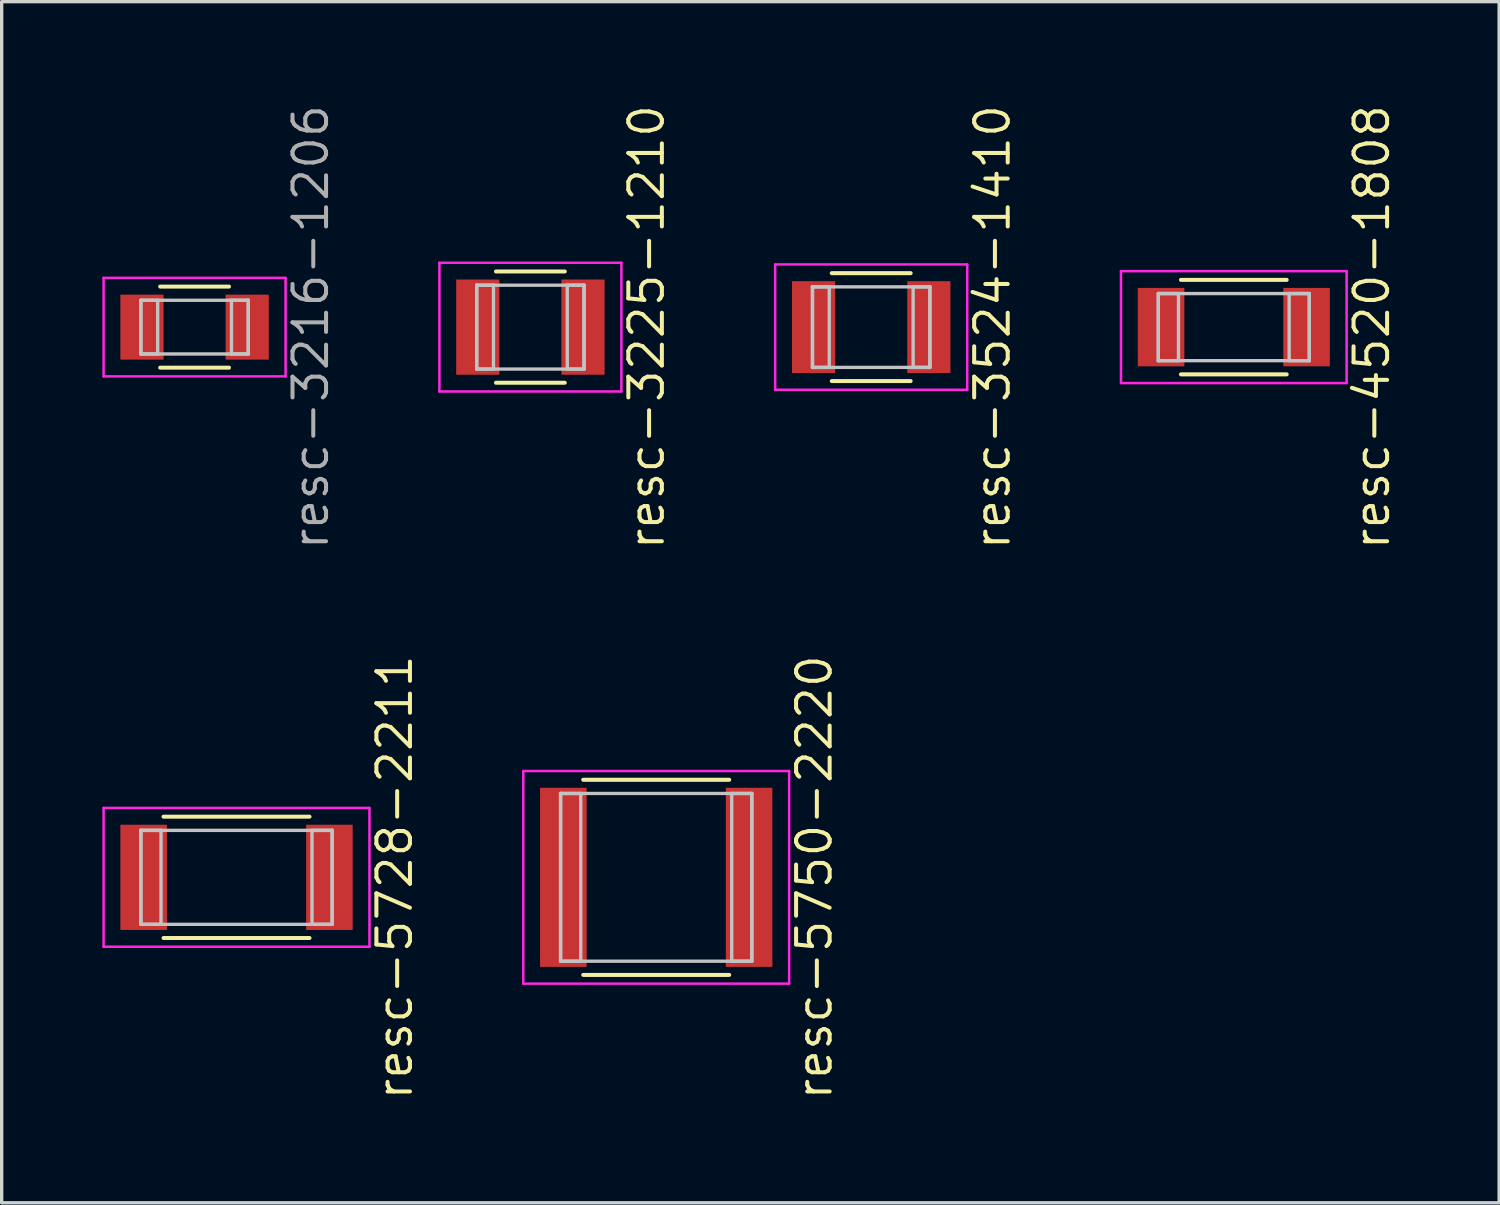
<source format=kicad_pcb>
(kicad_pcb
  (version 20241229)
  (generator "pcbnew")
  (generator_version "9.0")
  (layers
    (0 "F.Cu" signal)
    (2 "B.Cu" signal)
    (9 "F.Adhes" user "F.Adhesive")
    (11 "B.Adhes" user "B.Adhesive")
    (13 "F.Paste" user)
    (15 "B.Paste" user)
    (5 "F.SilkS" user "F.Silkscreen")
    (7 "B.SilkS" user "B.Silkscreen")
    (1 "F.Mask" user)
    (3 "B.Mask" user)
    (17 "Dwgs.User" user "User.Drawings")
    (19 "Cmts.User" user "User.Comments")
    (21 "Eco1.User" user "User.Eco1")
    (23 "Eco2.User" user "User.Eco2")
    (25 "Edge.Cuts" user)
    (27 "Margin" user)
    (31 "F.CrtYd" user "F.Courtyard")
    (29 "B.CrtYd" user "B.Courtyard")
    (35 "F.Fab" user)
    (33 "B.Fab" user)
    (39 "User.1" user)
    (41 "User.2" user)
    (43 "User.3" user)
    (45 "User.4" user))
  (footprint "resc-5750-2220"
    (layer "F.Cu")
    (at 16.507 23.097)
    (property "Reference" "resc-5750-2220" (at 4.712 0 90) (layer "F.SilkS") (effects (font (size 1 1) (thickness 0.12))))
    (attr through_hole)
    (fp_line (start -2.175 -2.908) (end 2.175 -2.908) (stroke (width 0.12) (type solid)) (layer "F.SilkS"))
    (fp_line (start -2.175 2.908) (end 2.175 2.908) (stroke (width 0.12) (type solid)) (layer "F.SilkS"))
    (fp_line (start -2.85 -2.5) (end -2.85 2.5) (stroke (width 0.1) (type solid)) (layer "Dwgs.User"))
    (fp_line (start -2.85 -2.5) (end -2.85 2.5) (stroke (width 0.1) (type solid)) (layer "Dwgs.User"))
    (fp_line (start -2.85 2.5) (end -2.25 2.5) (stroke (width 0.1) (type solid)) (layer "Dwgs.User"))
    (fp_line (start -2.85 2.5) (end 2.85 2.5) (stroke (width 0.1) (type solid)) (layer "Dwgs.User"))
    (fp_line (start -2.25 -2.5) (end -2.85 -2.5) (stroke (width 0.1) (type solid)) (layer "Dwgs.User"))
    (fp_line (start -2.25 2.5) (end -2.25 -2.5) (stroke (width 0.1) (type solid)) (layer "Dwgs.User"))
    (fp_line (start 2.25 -2.5) (end 2.25 2.5) (stroke (width 0.1) (type solid)) (layer "Dwgs.User"))
    (fp_line (start 2.25 2.5) (end 2.85 2.5) (stroke (width 0.1) (type solid)) (layer "Dwgs.User"))
    (fp_line (start 2.85 -2.5) (end -2.85 -2.5) (stroke (width 0.1) (type solid)) (layer "Dwgs.User"))
    (fp_line (start 2.85 -2.5) (end 2.25 -2.5) (stroke (width 0.1) (type solid)) (layer "Dwgs.User"))
    (fp_line (start 2.85 2.5) (end 2.85 -2.5) (stroke (width 0.1) (type solid)) (layer "Dwgs.User"))
    (fp_line (start 2.85 2.5) (end 2.85 -2.5) (stroke (width 0.1) (type solid)) (layer "Dwgs.User"))
    (fp_line (start -3.962 -3.168) (end -3.962 3.168) (stroke (width 0.075) (type solid)) (layer "F.CrtYd"))
    (fp_line (start -3.962 3.168) (end 3.962 3.168) (stroke (width 0.075) (type solid)) (layer "F.CrtYd"))
    (fp_line (start 3.962 -3.168) (end -3.962 -3.168) (stroke (width 0.075) (type solid)) (layer "F.CrtYd"))
    (fp_line (start 3.962 3.168) (end 3.962 -3.168) (stroke (width 0.075) (type solid)) (layer "F.CrtYd"))
    (pad "1" smd rect (at -2.768 0) (size 1.387 5.337) (layers "F.Cu" "F.Mask" "F.Paste"))
    (pad "2" smd rect (at 2.768 0) (size 1.387 5.337) (layers "F.Cu" "F.Mask" "F.Paste")))
  (footprint "resc-4520-1808"
    (layer "F.Cu")
    (at 33.721 6.699)
    (property "Reference" "resc-4520-1808" (at 4.112 0 90) (layer "F.SilkS") (effects (font (size 1 1) (thickness 0.12))))
    (attr through_hole)
    (fp_line (start -1.575 -1.408) (end 1.575 -1.408) (stroke (width 0.12) (type solid)) (layer "F.SilkS"))
    (fp_line (start -1.575 1.408) (end 1.575 1.408) (stroke (width 0.12) (type solid)) (layer "F.SilkS"))
    (fp_line (start -2.25 -1) (end -2.25 1) (stroke (width 0.1) (type solid)) (layer "Dwgs.User"))
    (fp_line (start -2.25 -1) (end -2.25 1) (stroke (width 0.1) (type solid)) (layer "Dwgs.User"))
    (fp_line (start -2.25 1) (end -1.65 1) (stroke (width 0.1) (type solid)) (layer "Dwgs.User"))
    (fp_line (start -2.25 1) (end 2.25 1) (stroke (width 0.1) (type solid)) (layer "Dwgs.User"))
    (fp_line (start -1.65 -1) (end -2.25 -1) (stroke (width 0.1) (type solid)) (layer "Dwgs.User"))
    (fp_line (start -1.65 1) (end -1.65 -1) (stroke (width 0.1) (type solid)) (layer "Dwgs.User"))
    (fp_line (start 1.65 -1) (end 1.65 1) (stroke (width 0.1) (type solid)) (layer "Dwgs.User"))
    (fp_line (start 1.65 1) (end 2.25 1) (stroke (width 0.1) (type solid)) (layer "Dwgs.User"))
    (fp_line (start 2.25 -1) (end -2.25 -1) (stroke (width 0.1) (type solid)) (layer "Dwgs.User"))
    (fp_line (start 2.25 -1) (end 1.65 -1) (stroke (width 0.1) (type solid)) (layer "Dwgs.User"))
    (fp_line (start 2.25 1) (end 2.25 -1) (stroke (width 0.1) (type solid)) (layer "Dwgs.User"))
    (fp_line (start 2.25 1) (end 2.25 -1) (stroke (width 0.1) (type solid)) (layer "Dwgs.User"))
    (fp_line (start -3.362 -1.668) (end -3.362 1.668) (stroke (width 0.075) (type solid)) (layer "F.CrtYd"))
    (fp_line (start -3.362 1.668) (end 3.362 1.668) (stroke (width 0.075) (type solid)) (layer "F.CrtYd"))
    (fp_line (start 3.362 -1.668) (end -3.362 -1.668) (stroke (width 0.075) (type solid)) (layer "F.CrtYd"))
    (fp_line (start 3.362 1.668) (end 3.362 -1.668) (stroke (width 0.075) (type solid)) (layer "F.CrtYd"))
    (pad "1" smd rect (at -2.168 0) (size 1.387 2.337) (layers "F.Cu" "F.Mask" "F.Paste"))
    (pad "2" smd rect (at 2.168 0) (size 1.387 2.337) (layers "F.Cu" "F.Mask" "F.Paste")))
  (footprint "resc-3216-1206"
    (layer "F.Cu")
    (at 2.749 6.699)
    (property "Reference" "resc-3216-1206" (at 3.462 0 90) (layer "F.Fab") (effects (font (size 1 1) (thickness 0.12))))
    (attr through_hole)
    (fp_line (start -1.025 -1.208) (end 1.025 -1.208) (stroke (width 0.12) (type solid)) (layer "F.SilkS"))
    (fp_line (start -1.025 1.208) (end 1.025 1.208) (stroke (width 0.12) (type solid)) (layer "F.SilkS"))
    (fp_line (start -1.6 -0.8) (end -1.6 0.8) (stroke (width 0.1) (type solid)) (layer "Dwgs.User"))
    (fp_line (start -1.6 -0.8) (end -1.6 0.8) (stroke (width 0.1) (type solid)) (layer "Dwgs.User"))
    (fp_line (start -1.6 0.8) (end -1.1 0.8) (stroke (width 0.1) (type solid)) (layer "Dwgs.User"))
    (fp_line (start -1.6 0.8) (end 1.6 0.8) (stroke (width 0.1) (type solid)) (layer "Dwgs.User"))
    (fp_line (start -1.1 -0.8) (end -1.6 -0.8) (stroke (width 0.1) (type solid)) (layer "Dwgs.User"))
    (fp_line (start -1.1 0.8) (end -1.1 -0.8) (stroke (width 0.1) (type solid)) (layer "Dwgs.User"))
    (fp_line (start 1.1 -0.8) (end 1.1 0.8) (stroke (width 0.1) (type solid)) (layer "Dwgs.User"))
    (fp_line (start 1.1 0.8) (end 1.6 0.8) (stroke (width 0.1) (type solid)) (layer "Dwgs.User"))
    (fp_line (start 1.6 -0.8) (end -1.6 -0.8) (stroke (width 0.1) (type solid)) (layer "Dwgs.User"))
    (fp_line (start 1.6 -0.8) (end 1.1 -0.8) (stroke (width 0.1) (type solid)) (layer "Dwgs.User"))
    (fp_line (start 1.6 0.8) (end 1.6 -0.8) (stroke (width 0.1) (type solid)) (layer "Dwgs.User"))
    (fp_line (start 1.6 0.8) (end 1.6 -0.8) (stroke (width 0.1) (type solid)) (layer "Dwgs.User"))
    (fp_line (start -2.712 -1.468) (end -2.712 1.468) (stroke (width 0.075) (type solid)) (layer "F.CrtYd"))
    (fp_line (start -2.712 1.468) (end 2.712 1.468) (stroke (width 0.075) (type solid)) (layer "F.CrtYd"))
    (fp_line (start 2.712 -1.468) (end -2.712 -1.468) (stroke (width 0.075) (type solid)) (layer "F.CrtYd"))
    (fp_line (start 2.712 1.468) (end 2.712 -1.468) (stroke (width 0.075) (type solid)) (layer "F.CrtYd"))
    (pad "1" smd rect (at -1.568 0) (size 1.287 1.937) (layers "F.Cu" "F.Mask" "F.Paste"))
    (pad "2" smd rect (at 1.568 0) (size 1.287 1.937) (layers "F.Cu" "F.Mask" "F.Paste")))
  (footprint "resc-5728-2211"
    (layer "F.Cu")
    (at 3.999 23.097)
    (property "Reference" "resc-5728-2211" (at 4.712 0 90) (layer "F.SilkS") (effects (font (size 1 1) (thickness 0.12))))
    (attr through_hole)
    (fp_line (start -2.175 -1.808) (end 2.175 -1.808) (stroke (width 0.12) (type solid)) (layer "F.SilkS"))
    (fp_line (start -2.175 1.808) (end 2.175 1.808) (stroke (width 0.12) (type solid)) (layer "F.SilkS"))
    (fp_line (start -2.85 -1.4) (end -2.85 1.4) (stroke (width 0.1) (type solid)) (layer "Dwgs.User"))
    (fp_line (start -2.85 -1.4) (end -2.85 1.4) (stroke (width 0.1) (type solid)) (layer "Dwgs.User"))
    (fp_line (start -2.85 1.4) (end -2.25 1.4) (stroke (width 0.1) (type solid)) (layer "Dwgs.User"))
    (fp_line (start -2.85 1.4) (end 2.85 1.4) (stroke (width 0.1) (type solid)) (layer "Dwgs.User"))
    (fp_line (start -2.25 -1.4) (end -2.85 -1.4) (stroke (width 0.1) (type solid)) (layer "Dwgs.User"))
    (fp_line (start -2.25 1.4) (end -2.25 -1.4) (stroke (width 0.1) (type solid)) (layer "Dwgs.User"))
    (fp_line (start 2.25 -1.4) (end 2.25 1.4) (stroke (width 0.1) (type solid)) (layer "Dwgs.User"))
    (fp_line (start 2.25 1.4) (end 2.85 1.4) (stroke (width 0.1) (type solid)) (layer "Dwgs.User"))
    (fp_line (start 2.85 -1.4) (end -2.85 -1.4) (stroke (width 0.1) (type solid)) (layer "Dwgs.User"))
    (fp_line (start 2.85 -1.4) (end 2.25 -1.4) (stroke (width 0.1) (type solid)) (layer "Dwgs.User"))
    (fp_line (start 2.85 1.4) (end 2.85 -1.4) (stroke (width 0.1) (type solid)) (layer "Dwgs.User"))
    (fp_line (start 2.85 1.4) (end 2.85 -1.4) (stroke (width 0.1) (type solid)) (layer "Dwgs.User"))
    (fp_line (start -3.962 -2.068) (end -3.962 2.068) (stroke (width 0.075) (type solid)) (layer "F.CrtYd"))
    (fp_line (start -3.962 2.068) (end 3.962 2.068) (stroke (width 0.075) (type solid)) (layer "F.CrtYd"))
    (fp_line (start 3.962 -2.068) (end -3.962 -2.068) (stroke (width 0.075) (type solid)) (layer "F.CrtYd"))
    (fp_line (start 3.962 2.068) (end 3.962 -2.068) (stroke (width 0.075) (type solid)) (layer "F.CrtYd"))
    (pad "1" smd rect (at -2.768 0) (size 1.387 3.137) (layers "F.Cu" "F.Mask" "F.Paste"))
    (pad "2" smd rect (at 2.768 0) (size 1.387 3.137) (layers "F.Cu" "F.Mask" "F.Paste")))
  (footprint "resc-3524-1410"
    (layer "F.Cu")
    (at 22.914 6.699)
    (property "Reference" "resc-3524-1410" (at 3.612 0 90) (layer "F.SilkS") (effects (font (size 1 1) (thickness 0.12))))
    (attr through_hole)
    (fp_line (start -1.175 -1.608) (end 1.175 -1.608) (stroke (width 0.12) (type solid)) (layer "F.SilkS"))
    (fp_line (start -1.175 1.608) (end 1.175 1.608) (stroke (width 0.12) (type solid)) (layer "F.SilkS"))
    (fp_line (start -1.75 -1.2) (end -1.75 1.2) (stroke (width 0.1) (type solid)) (layer "Dwgs.User"))
    (fp_line (start -1.75 -1.2) (end -1.75 1.2) (stroke (width 0.1) (type solid)) (layer "Dwgs.User"))
    (fp_line (start -1.75 1.2) (end -1.25 1.2) (stroke (width 0.1) (type solid)) (layer "Dwgs.User"))
    (fp_line (start -1.75 1.2) (end 1.75 1.2) (stroke (width 0.1) (type solid)) (layer "Dwgs.User"))
    (fp_line (start -1.25 -1.2) (end -1.75 -1.2) (stroke (width 0.1) (type solid)) (layer "Dwgs.User"))
    (fp_line (start -1.25 1.2) (end -1.25 -1.2) (stroke (width 0.1) (type solid)) (layer "Dwgs.User"))
    (fp_line (start 1.25 -1.2) (end 1.25 1.2) (stroke (width 0.1) (type solid)) (layer "Dwgs.User"))
    (fp_line (start 1.25 1.2) (end 1.75 1.2) (stroke (width 0.1) (type solid)) (layer "Dwgs.User"))
    (fp_line (start 1.75 -1.2) (end -1.75 -1.2) (stroke (width 0.1) (type solid)) (layer "Dwgs.User"))
    (fp_line (start 1.75 -1.2) (end 1.25 -1.2) (stroke (width 0.1) (type solid)) (layer "Dwgs.User"))
    (fp_line (start 1.75 1.2) (end 1.75 -1.2) (stroke (width 0.1) (type solid)) (layer "Dwgs.User"))
    (fp_line (start 1.75 1.2) (end 1.75 -1.2) (stroke (width 0.1) (type solid)) (layer "Dwgs.User"))
    (fp_line (start -2.862 -1.868) (end -2.862 1.868) (stroke (width 0.075) (type solid)) (layer "F.CrtYd"))
    (fp_line (start -2.862 1.868) (end 2.862 1.868) (stroke (width 0.075) (type solid)) (layer "F.CrtYd"))
    (fp_line (start 2.862 -1.868) (end -2.862 -1.868) (stroke (width 0.075) (type solid)) (layer "F.CrtYd"))
    (fp_line (start 2.862 1.868) (end 2.862 -1.868) (stroke (width 0.075) (type solid)) (layer "F.CrtYd"))
    (pad "1" smd rect (at -1.718 0) (size 1.287 2.737) (layers "F.Cu" "F.Mask" "F.Paste"))
    (pad "2" smd rect (at 1.718 0) (size 1.287 2.737) (layers "F.Cu" "F.Mask" "F.Paste")))
  (footprint "resc-3225-1210"
    (layer "F.Cu")
    (at 12.757 6.699)
    (property "Reference" "resc-3225-1210" (at 3.462 0 90) (layer "F.SilkS") (effects (font (size 1 1) (thickness 0.12))))
    (attr through_hole)
    (fp_line (start -1.025 -1.658) (end 1.025 -1.658) (stroke (width 0.12) (type solid)) (layer "F.SilkS"))
    (fp_line (start -1.025 1.658) (end 1.025 1.658) (stroke (width 0.12) (type solid)) (layer "F.SilkS"))
    (fp_line (start -1.6 -1.25) (end -1.6 1.25) (stroke (width 0.1) (type solid)) (layer "Dwgs.User"))
    (fp_line (start -1.6 -1.25) (end -1.6 1.25) (stroke (width 0.1) (type solid)) (layer "Dwgs.User"))
    (fp_line (start -1.6 1.25) (end -1.1 1.25) (stroke (width 0.1) (type solid)) (layer "Dwgs.User"))
    (fp_line (start -1.6 1.25) (end 1.6 1.25) (stroke (width 0.1) (type solid)) (layer "Dwgs.User"))
    (fp_line (start -1.1 -1.25) (end -1.6 -1.25) (stroke (width 0.1) (type solid)) (layer "Dwgs.User"))
    (fp_line (start -1.1 1.25) (end -1.1 -1.25) (stroke (width 0.1) (type solid)) (layer "Dwgs.User"))
    (fp_line (start 1.1 -1.25) (end 1.1 1.25) (stroke (width 0.1) (type solid)) (layer "Dwgs.User"))
    (fp_line (start 1.1 1.25) (end 1.6 1.25) (stroke (width 0.1) (type solid)) (layer "Dwgs.User"))
    (fp_line (start 1.6 -1.25) (end -1.6 -1.25) (stroke (width 0.1) (type solid)) (layer "Dwgs.User"))
    (fp_line (start 1.6 -1.25) (end 1.1 -1.25) (stroke (width 0.1) (type solid)) (layer "Dwgs.User"))
    (fp_line (start 1.6 1.25) (end 1.6 -1.25) (stroke (width 0.1) (type solid)) (layer "Dwgs.User"))
    (fp_line (start 1.6 1.25) (end 1.6 -1.25) (stroke (width 0.1) (type solid)) (layer "Dwgs.User"))
    (fp_line (start -2.712 -1.918) (end -2.712 1.918) (stroke (width 0.075) (type solid)) (layer "F.CrtYd"))
    (fp_line (start -2.712 1.918) (end 2.712 1.918) (stroke (width 0.075) (type solid)) (layer "F.CrtYd"))
    (fp_line (start 2.712 -1.918) (end -2.712 -1.918) (stroke (width 0.075) (type solid)) (layer "F.CrtYd"))
    (fp_line (start 2.712 1.918) (end 2.712 -1.918) (stroke (width 0.075) (type solid)) (layer "F.CrtYd"))
    (pad "1" smd rect (at -1.568 0) (size 1.287 2.837) (layers "F.Cu" "F.Mask" "F.Paste"))
    (pad "2" smd rect (at 1.568 0) (size 1.287 2.837) (layers "F.Cu" "F.Mask" "F.Paste")))
  (gr_rect
    (start -3 -3)
    (end 41.628 32.796)
    (stroke (width 0.1) (type default))
    (fill no)
    (layer "Edge.Cuts")))
</source>
